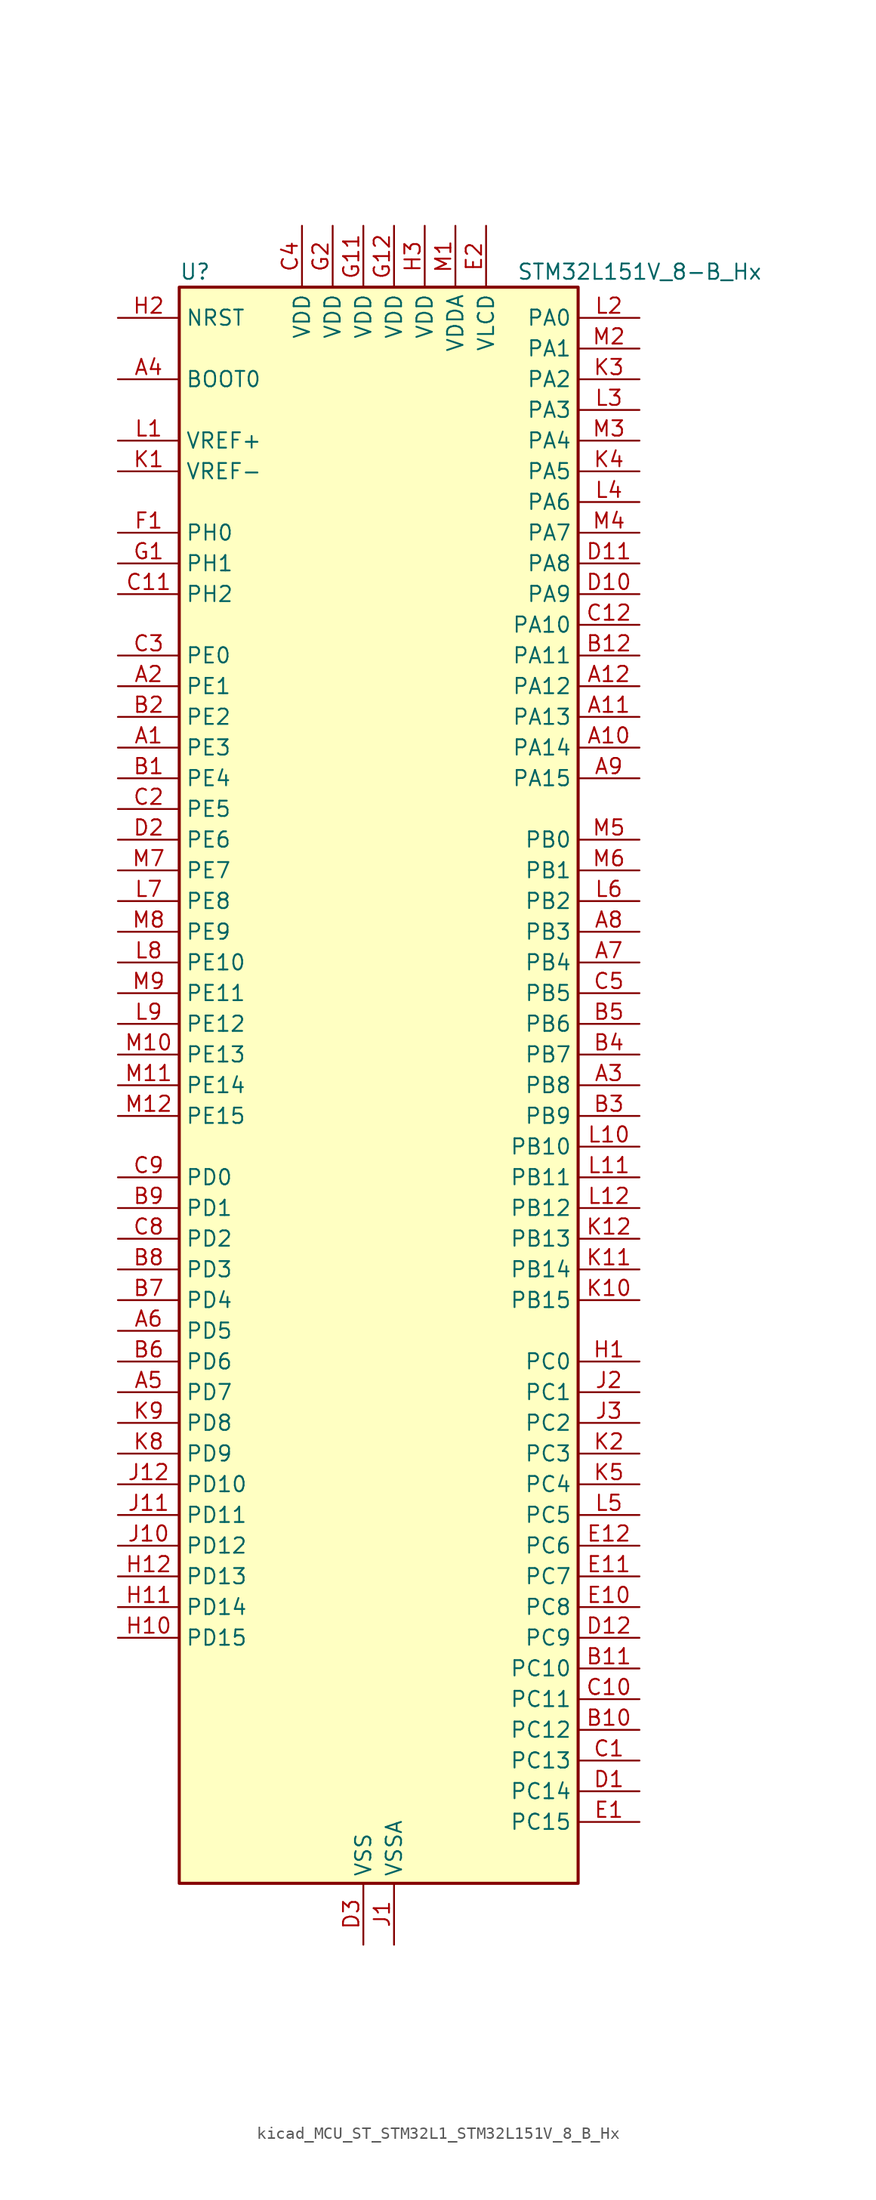
<source format=kicad_sym>
(kicad_symbol_lib
  (version 20220914)
  (generator kicad_symbol_editor)
  (symbol "kicad_MCU_ST_STM32L1_STM32L151V_8_B_Hx"
    (property "Reference" "U"
      (at -15.24 67.31 0)
      (effects (font (size 1.27 1.27)) (justify left)))
    (property "Value" "STM32L151V_8-B_Hx"
      (at 12.7 67.31 0)
      (effects (font (size 1.27 1.27)) (justify left)))
    (property "ki_locked" ""
      (at 0 0 0)
      (effects (font (size 1.27 1.27))))
    (symbol "kicad_MCU_ST_STM32L1_STM32L151V_8_B_Hx_0_1"
      (rectangle (start -15.24 -66.04) (end 17.78 66.04) (stroke (width 0.254) (type default)) (fill (type background))))
    (symbol "kicad_MCU_ST_STM32L1_STM32L151V_8_B_Hx_1_1"
      (pin bidirectional line (at -20.32 27.94 0) (length 5.08) (name "PE3" (effects (font (size 1.27 1.27)))) (number "A1" (effects (font (size 1.27 1.27)))) (alternate "SYS_TRACED0" bidirectional line) (alternate "TIM3_CH1" bidirectional line) (alternate "TIMX_IC4" bidirectional line))
      (pin bidirectional line (at 22.86 27.94 180) (length 5.08) (name "PA14" (effects (font (size 1.27 1.27)))) (number "A10" (effects (font (size 1.27 1.27)))) (alternate "SYS_JTCK-SWCLK" bidirectional line) (alternate "TIMX_IC3" bidirectional line) (alternate "TS_G5_IO2" bidirectional line))
      (pin bidirectional line (at 22.86 30.48 180) (length 5.08) (name "PA13" (effects (font (size 1.27 1.27)))) (number "A11" (effects (font (size 1.27 1.27)))) (alternate "SYS_JTMS-SWDIO" bidirectional line) (alternate "TIMX_IC2" bidirectional line) (alternate "TS_G5_IO1" bidirectional line))
      (pin bidirectional line (at 22.86 33.02 180) (length 5.08) (name "PA12" (effects (font (size 1.27 1.27)))) (number "A12" (effects (font (size 1.27 1.27)))) (alternate "SPI1_MOSI" bidirectional line) (alternate "TIMX_IC1" bidirectional line) (alternate "USART1_RTS" bidirectional line) (alternate "USB_DP" bidirectional line))
      (pin bidirectional line (at -20.32 33.02 0) (length 5.08) (name "PE1" (effects (font (size 1.27 1.27)))) (number "A2" (effects (font (size 1.27 1.27)))) (alternate "TIM11_CH1" bidirectional line) (alternate "TIMX_IC2" bidirectional line))
      (pin bidirectional line (at 22.86 0 180) (length 5.08) (name "PB8" (effects (font (size 1.27 1.27)))) (number "A3" (effects (font (size 1.27 1.27)))) (alternate "I2C1_SCL" bidirectional line) (alternate "TIM10_CH1" bidirectional line) (alternate "TIM4_CH3" bidirectional line))
      (pin input line (at -20.32 58.42 0) (length 5.08) (name "BOOT0" (effects (font (size 1.27 1.27)))) (number "A4" (effects (font (size 1.27 1.27)))))
      (pin bidirectional line (at -20.32 -25.4 0) (length 5.08) (name "PD7" (effects (font (size 1.27 1.27)))) (number "A5" (effects (font (size 1.27 1.27)))) (alternate "TIM9_CH2" bidirectional line) (alternate "TIMX_IC4" bidirectional line) (alternate "USART2_CK" bidirectional line))
      (pin bidirectional line (at -20.32 -20.32 0) (length 5.08) (name "PD5" (effects (font (size 1.27 1.27)))) (number "A6" (effects (font (size 1.27 1.27)))) (alternate "TIMX_IC2" bidirectional line) (alternate "USART2_TX" bidirectional line))
      (pin bidirectional line (at 22.86 10.16 180) (length 5.08) (name "PB4" (effects (font (size 1.27 1.27)))) (number "A7" (effects (font (size 1.27 1.27)))) (alternate "COMP2_INP" bidirectional line) (alternate "SPI1_MISO" bidirectional line) (alternate "SYS_JTRST" bidirectional line) (alternate "TIM3_CH1" bidirectional line) (alternate "TS_G6_IO1" bidirectional line))
      (pin bidirectional line (at 22.86 12.7 180) (length 5.08) (name "PB3" (effects (font (size 1.27 1.27)))) (number "A8" (effects (font (size 1.27 1.27)))) (alternate "COMP2_INM" bidirectional line) (alternate "SPI1_SCK" bidirectional line) (alternate "SYS_JTDO-TRACESWO" bidirectional line) (alternate "TIM2_CH2" bidirectional line))
      (pin bidirectional line (at 22.86 25.4 180) (length 5.08) (name "PA15" (effects (font (size 1.27 1.27)))) (number "A9" (effects (font (size 1.27 1.27)))) (alternate "ADC_EXTI15" bidirectional line) (alternate "SPI1_NSS" bidirectional line) (alternate "SYS_JTDI" bidirectional line) (alternate "TIM2_CH1" bidirectional line) (alternate "TIM2_ETR" bidirectional line) (alternate "TIMX_IC4" bidirectional line) (alternate "TS_G5_IO3" bidirectional line))
      (pin bidirectional line (at -20.32 25.4 0) (length 5.08) (name "PE4" (effects (font (size 1.27 1.27)))) (number "B1" (effects (font (size 1.27 1.27)))) (alternate "SYS_TRACED1" bidirectional line) (alternate "TIM3_CH2" bidirectional line) (alternate "TIMX_IC1" bidirectional line))
      (pin bidirectional line (at 22.86 -53.34 180) (length 5.08) (name "PC12" (effects (font (size 1.27 1.27)))) (number "B10" (effects (font (size 1.27 1.27)))) (alternate "TIMX_IC1" bidirectional line) (alternate "USART3_CK" bidirectional line))
      (pin bidirectional line (at 22.86 -48.26 180) (length 5.08) (name "PC10" (effects (font (size 1.27 1.27)))) (number "B11" (effects (font (size 1.27 1.27)))) (alternate "TIMX_IC3" bidirectional line) (alternate "USART3_TX" bidirectional line))
      (pin bidirectional line (at 22.86 35.56 180) (length 5.08) (name "PA11" (effects (font (size 1.27 1.27)))) (number "B12" (effects (font (size 1.27 1.27)))) (alternate "ADC_EXTI11" bidirectional line) (alternate "SPI1_MISO" bidirectional line) (alternate "TIMX_IC4" bidirectional line) (alternate "USART1_CTS" bidirectional line) (alternate "USB_DM" bidirectional line))
      (pin bidirectional line (at -20.32 30.48 0) (length 5.08) (name "PE2" (effects (font (size 1.27 1.27)))) (number "B2" (effects (font (size 1.27 1.27)))) (alternate "SYS_TRACECK" bidirectional line) (alternate "TIM3_ETR" bidirectional line) (alternate "TIMX_IC3" bidirectional line))
      (pin bidirectional line (at 22.86 -2.54 180) (length 5.08) (name "PB9" (effects (font (size 1.27 1.27)))) (number "B3" (effects (font (size 1.27 1.27)))) (alternate "DAC_EXTI9" bidirectional line) (alternate "I2C1_SDA" bidirectional line) (alternate "TIM11_CH1" bidirectional line) (alternate "TIM4_CH4" bidirectional line))
      (pin bidirectional line (at 22.86 2.54 180) (length 5.08) (name "PB7" (effects (font (size 1.27 1.27)))) (number "B4" (effects (font (size 1.27 1.27)))) (alternate "I2C1_SDA" bidirectional line) (alternate "SYS_PVD_IN" bidirectional line) (alternate "TIM4_CH2" bidirectional line) (alternate "USART1_RX" bidirectional line))
      (pin bidirectional line (at 22.86 5.08 180) (length 5.08) (name "PB6" (effects (font (size 1.27 1.27)))) (number "B5" (effects (font (size 1.27 1.27)))) (alternate "I2C1_SCL" bidirectional line) (alternate "TIM4_CH1" bidirectional line) (alternate "USART1_TX" bidirectional line))
      (pin bidirectional line (at -20.32 -22.86 0) (length 5.08) (name "PD6" (effects (font (size 1.27 1.27)))) (number "B6" (effects (font (size 1.27 1.27)))) (alternate "TIMX_IC3" bidirectional line) (alternate "USART2_RX" bidirectional line))
      (pin bidirectional line (at -20.32 -17.78 0) (length 5.08) (name "PD4" (effects (font (size 1.27 1.27)))) (number "B7" (effects (font (size 1.27 1.27)))) (alternate "SPI2_MOSI" bidirectional line) (alternate "TIMX_IC1" bidirectional line) (alternate "USART2_RTS" bidirectional line))
      (pin bidirectional line (at -20.32 -15.24 0) (length 5.08) (name "PD3" (effects (font (size 1.27 1.27)))) (number "B8" (effects (font (size 1.27 1.27)))) (alternate "SPI2_MISO" bidirectional line) (alternate "TIMX_IC4" bidirectional line) (alternate "USART2_CTS" bidirectional line))
      (pin bidirectional line (at -20.32 -10.16 0) (length 5.08) (name "PD1" (effects (font (size 1.27 1.27)))) (number "B9" (effects (font (size 1.27 1.27)))) (alternate "SPI2_SCK" bidirectional line) (alternate "TIMX_IC2" bidirectional line))
      (pin bidirectional line (at 22.86 -55.88 180) (length 5.08) (name "PC13" (effects (font (size 1.27 1.27)))) (number "C1" (effects (font (size 1.27 1.27)))) (alternate "RTC_OUT_ALARM" bidirectional line) (alternate "RTC_OUT_CALIB" bidirectional line) (alternate "RTC_TAMP1" bidirectional line) (alternate "RTC_TS" bidirectional line) (alternate "SYS_WKUP2" bidirectional line) (alternate "TIMX_IC2" bidirectional line))
      (pin bidirectional line (at 22.86 -50.8 180) (length 5.08) (name "PC11" (effects (font (size 1.27 1.27)))) (number "C10" (effects (font (size 1.27 1.27)))) (alternate "ADC_EXTI11" bidirectional line) (alternate "TIMX_IC4" bidirectional line) (alternate "USART3_RX" bidirectional line))
      (pin bidirectional line (at -20.32 40.64 0) (length 5.08) (name "PH2" (effects (font (size 1.27 1.27)))) (number "C11" (effects (font (size 1.27 1.27)))))
      (pin bidirectional line (at 22.86 38.1 180) (length 5.08) (name "PA10" (effects (font (size 1.27 1.27)))) (number "C12" (effects (font (size 1.27 1.27)))) (alternate "TIMX_IC3" bidirectional line) (alternate "TS_G4_IO3" bidirectional line) (alternate "USART1_RX" bidirectional line))
      (pin bidirectional line (at -20.32 22.86 0) (length 5.08) (name "PE5" (effects (font (size 1.27 1.27)))) (number "C2" (effects (font (size 1.27 1.27)))) (alternate "SYS_TRACED2" bidirectional line) (alternate "TIM9_CH1" bidirectional line) (alternate "TIMX_IC2" bidirectional line))
      (pin bidirectional line (at -20.32 35.56 0) (length 5.08) (name "PE0" (effects (font (size 1.27 1.27)))) (number "C3" (effects (font (size 1.27 1.27)))) (alternate "TIM10_CH1" bidirectional line) (alternate "TIM4_ETR" bidirectional line) (alternate "TIMX_IC1" bidirectional line))
      (pin power_in line (at -5.08 71.12 270) (length 5.08) (name "VDD" (effects (font (size 1.27 1.27)))) (number "C4" (effects (font (size 1.27 1.27)))))
      (pin bidirectional line (at 22.86 7.62 180) (length 5.08) (name "PB5" (effects (font (size 1.27 1.27)))) (number "C5" (effects (font (size 1.27 1.27)))) (alternate "COMP2_INP" bidirectional line) (alternate "I2C1_SMBA" bidirectional line) (alternate "SPI1_MOSI" bidirectional line) (alternate "TIM3_CH2" bidirectional line) (alternate "TS_G6_IO2" bidirectional line))
      (pin bidirectional line (at -20.32 -12.7 0) (length 5.08) (name "PD2" (effects (font (size 1.27 1.27)))) (number "C8" (effects (font (size 1.27 1.27)))) (alternate "TIM3_ETR" bidirectional line) (alternate "TIMX_IC3" bidirectional line))
      (pin bidirectional line (at -20.32 -7.62 0) (length 5.08) (name "PD0" (effects (font (size 1.27 1.27)))) (number "C9" (effects (font (size 1.27 1.27)))) (alternate "SPI2_NSS" bidirectional line) (alternate "TIM9_CH1" bidirectional line) (alternate "TIMX_IC1" bidirectional line))
      (pin bidirectional line (at 22.86 -58.42 180) (length 5.08) (name "PC14" (effects (font (size 1.27 1.27)))) (number "D1" (effects (font (size 1.27 1.27)))) (alternate "RCC_OSC32_IN" bidirectional line) (alternate "TIMX_IC3" bidirectional line))
      (pin bidirectional line (at 22.86 40.64 180) (length 5.08) (name "PA9" (effects (font (size 1.27 1.27)))) (number "D10" (effects (font (size 1.27 1.27)))) (alternate "DAC_EXTI9" bidirectional line) (alternate "TIMX_IC2" bidirectional line) (alternate "TS_G4_IO2" bidirectional line) (alternate "USART1_TX" bidirectional line))
      (pin bidirectional line (at 22.86 43.18 180) (length 5.08) (name "PA8" (effects (font (size 1.27 1.27)))) (number "D11" (effects (font (size 1.27 1.27)))) (alternate "RCC_MCO" bidirectional line) (alternate "TIMX_IC1" bidirectional line) (alternate "TS_G4_IO1" bidirectional line) (alternate "USART1_CK" bidirectional line))
      (pin bidirectional line (at 22.86 -45.72 180) (length 5.08) (name "PC9" (effects (font (size 1.27 1.27)))) (number "D12" (effects (font (size 1.27 1.27)))) (alternate "DAC_EXTI9" bidirectional line) (alternate "TIM3_CH4" bidirectional line) (alternate "TIMX_IC2" bidirectional line) (alternate "TS_G10_IO4" bidirectional line))
      (pin bidirectional line (at -20.32 20.32 0) (length 5.08) (name "PE6" (effects (font (size 1.27 1.27)))) (number "D2" (effects (font (size 1.27 1.27)))) (alternate "SYS_TRACED3" bidirectional line) (alternate "SYS_WKUP3" bidirectional line) (alternate "TIM9_CH2" bidirectional line) (alternate "TIMX_IC3" bidirectional line))
      (pin power_in line (at 0 -71.12 90) (length 5.08) (name "VSS" (effects (font (size 1.27 1.27)))) (number "D3" (effects (font (size 1.27 1.27)))))
      (pin bidirectional line (at 22.86 -60.96 180) (length 5.08) (name "PC15" (effects (font (size 1.27 1.27)))) (number "E1" (effects (font (size 1.27 1.27)))) (alternate "ADC_EXTI15" bidirectional line) (alternate "RCC_OSC32_OUT" bidirectional line) (alternate "TIMX_IC4" bidirectional line))
      (pin bidirectional line (at 22.86 -43.18 180) (length 5.08) (name "PC8" (effects (font (size 1.27 1.27)))) (number "E10" (effects (font (size 1.27 1.27)))) (alternate "TIM3_CH3" bidirectional line) (alternate "TIMX_IC1" bidirectional line) (alternate "TS_G10_IO3" bidirectional line))
      (pin bidirectional line (at 22.86 -40.64 180) (length 5.08) (name "PC7" (effects (font (size 1.27 1.27)))) (number "E11" (effects (font (size 1.27 1.27)))) (alternate "TIM3_CH2" bidirectional line) (alternate "TIMX_IC4" bidirectional line) (alternate "TS_G10_IO2" bidirectional line))
      (pin bidirectional line (at 22.86 -38.1 180) (length 5.08) (name "PC6" (effects (font (size 1.27 1.27)))) (number "E12" (effects (font (size 1.27 1.27)))) (alternate "TIM3_CH1" bidirectional line) (alternate "TIMX_IC3" bidirectional line) (alternate "TS_G10_IO1" bidirectional line))
      (pin power_in line (at 10.16 71.12 270) (length 5.08) (name "VLCD" (effects (font (size 1.27 1.27)))) (number "E2" (effects (font (size 1.27 1.27)))))
      (pin passive line (at 0 -71.12 90) (length 5.08) hide (name "VSS" (effects (font (size 1.27 1.27)))) (number "E3" (effects (font (size 1.27 1.27)))))
      (pin bidirectional line (at -20.32 45.72 0) (length 5.08) (name "PH0" (effects (font (size 1.27 1.27)))) (number "F1" (effects (font (size 1.27 1.27)))) (alternate "RCC_OSC_IN" bidirectional line))
      (pin passive line (at 0 -71.12 90) (length 5.08) hide (name "VSS" (effects (font (size 1.27 1.27)))) (number "F11" (effects (font (size 1.27 1.27)))))
      (pin passive line (at 0 -71.12 90) (length 5.08) hide (name "VSS" (effects (font (size 1.27 1.27)))) (number "F12" (effects (font (size 1.27 1.27)))))
      (pin passive line (at 0 -71.12 90) (length 5.08) hide (name "VSS" (effects (font (size 1.27 1.27)))) (number "F2" (effects (font (size 1.27 1.27)))))
      (pin bidirectional line (at -20.32 43.18 0) (length 5.08) (name "PH1" (effects (font (size 1.27 1.27)))) (number "G1" (effects (font (size 1.27 1.27)))) (alternate "RCC_OSC_OUT" bidirectional line))
      (pin power_in line (at 0 71.12 270) (length 5.08) (name "VDD" (effects (font (size 1.27 1.27)))) (number "G11" (effects (font (size 1.27 1.27)))))
      (pin power_in line (at 2.54 71.12 270) (length 5.08) (name "VDD" (effects (font (size 1.27 1.27)))) (number "G12" (effects (font (size 1.27 1.27)))))
      (pin power_in line (at -2.54 71.12 270) (length 5.08) (name "VDD" (effects (font (size 1.27 1.27)))) (number "G2" (effects (font (size 1.27 1.27)))))
      (pin bidirectional line (at 22.86 -22.86 180) (length 5.08) (name "PC0" (effects (font (size 1.27 1.27)))) (number "H1" (effects (font (size 1.27 1.27)))) (alternate "ADC_IN10" bidirectional line) (alternate "COMP1_INP" bidirectional line) (alternate "TIMX_IC1" bidirectional line) (alternate "TS_G8_IO1" bidirectional line))
      (pin bidirectional line (at -20.32 -45.72 0) (length 5.08) (name "PD15" (effects (font (size 1.27 1.27)))) (number "H10" (effects (font (size 1.27 1.27)))) (alternate "ADC_EXTI15" bidirectional line) (alternate "TIM4_CH4" bidirectional line) (alternate "TIMX_IC4" bidirectional line))
      (pin bidirectional line (at -20.32 -43.18 0) (length 5.08) (name "PD14" (effects (font (size 1.27 1.27)))) (number "H11" (effects (font (size 1.27 1.27)))) (alternate "TIM4_CH3" bidirectional line) (alternate "TIMX_IC3" bidirectional line))
      (pin bidirectional line (at -20.32 -40.64 0) (length 5.08) (name "PD13" (effects (font (size 1.27 1.27)))) (number "H12" (effects (font (size 1.27 1.27)))) (alternate "TIM4_CH2" bidirectional line) (alternate "TIMX_IC2" bidirectional line))
      (pin input line (at -20.32 63.5 0) (length 5.08) (name "NRST" (effects (font (size 1.27 1.27)))) (number "H2" (effects (font (size 1.27 1.27)))))
      (pin power_in line (at 5.08 71.12 270) (length 5.08) (name "VDD" (effects (font (size 1.27 1.27)))) (number "H3" (effects (font (size 1.27 1.27)))))
      (pin power_in line (at 2.54 -71.12 90) (length 5.08) (name "VSSA" (effects (font (size 1.27 1.27)))) (number "J1" (effects (font (size 1.27 1.27)))))
      (pin bidirectional line (at -20.32 -38.1 0) (length 5.08) (name "PD12" (effects (font (size 1.27 1.27)))) (number "J10" (effects (font (size 1.27 1.27)))) (alternate "TIM4_CH1" bidirectional line) (alternate "TIMX_IC1" bidirectional line) (alternate "USART3_RTS" bidirectional line))
      (pin bidirectional line (at -20.32 -35.56 0) (length 5.08) (name "PD11" (effects (font (size 1.27 1.27)))) (number "J11" (effects (font (size 1.27 1.27)))) (alternate "ADC_EXTI11" bidirectional line) (alternate "TIMX_IC4" bidirectional line) (alternate "USART3_CTS" bidirectional line))
      (pin bidirectional line (at -20.32 -33.02 0) (length 5.08) (name "PD10" (effects (font (size 1.27 1.27)))) (number "J12" (effects (font (size 1.27 1.27)))) (alternate "TIMX_IC3" bidirectional line) (alternate "USART3_CK" bidirectional line))
      (pin bidirectional line (at 22.86 -25.4 180) (length 5.08) (name "PC1" (effects (font (size 1.27 1.27)))) (number "J2" (effects (font (size 1.27 1.27)))) (alternate "ADC_IN11" bidirectional line) (alternate "COMP1_INP" bidirectional line) (alternate "TIMX_IC2" bidirectional line) (alternate "TS_G8_IO2" bidirectional line))
      (pin bidirectional line (at 22.86 -27.94 180) (length 5.08) (name "PC2" (effects (font (size 1.27 1.27)))) (number "J3" (effects (font (size 1.27 1.27)))) (alternate "ADC_IN12" bidirectional line) (alternate "COMP1_INP" bidirectional line) (alternate "TIMX_IC3" bidirectional line) (alternate "TS_G8_IO3" bidirectional line))
      (pin input line (at -20.32 50.8 0) (length 5.08) (name "VREF-" (effects (font (size 1.27 1.27)))) (number "K1" (effects (font (size 1.27 1.27)))))
      (pin bidirectional line (at 22.86 -17.78 180) (length 5.08) (name "PB15" (effects (font (size 1.27 1.27)))) (number "K10" (effects (font (size 1.27 1.27)))) (alternate "ADC_EXTI15" bidirectional line) (alternate "ADC_IN21" bidirectional line) (alternate "COMP1_INP" bidirectional line) (alternate "RTC_REFIN" bidirectional line) (alternate "SPI2_MOSI" bidirectional line) (alternate "TIM11_CH1" bidirectional line) (alternate "TS_G7_IO4" bidirectional line))
      (pin bidirectional line (at 22.86 -15.24 180) (length 5.08) (name "PB14" (effects (font (size 1.27 1.27)))) (number "K11" (effects (font (size 1.27 1.27)))) (alternate "ADC_IN20" bidirectional line) (alternate "COMP1_INP" bidirectional line) (alternate "SPI2_MISO" bidirectional line) (alternate "TIM9_CH2" bidirectional line) (alternate "TS_G7_IO3" bidirectional line) (alternate "USART3_RTS" bidirectional line))
      (pin bidirectional line (at 22.86 -12.7 180) (length 5.08) (name "PB13" (effects (font (size 1.27 1.27)))) (number "K12" (effects (font (size 1.27 1.27)))) (alternate "ADC_IN19" bidirectional line) (alternate "COMP1_INP" bidirectional line) (alternate "SPI2_SCK" bidirectional line) (alternate "TIM9_CH1" bidirectional line) (alternate "TS_G7_IO2" bidirectional line) (alternate "USART3_CTS" bidirectional line))
      (pin bidirectional line (at 22.86 -30.48 180) (length 5.08) (name "PC3" (effects (font (size 1.27 1.27)))) (number "K2" (effects (font (size 1.27 1.27)))) (alternate "ADC_IN13" bidirectional line) (alternate "COMP1_INP" bidirectional line) (alternate "TIMX_IC4" bidirectional line) (alternate "TS_G8_IO4" bidirectional line))
      (pin bidirectional line (at 22.86 58.42 180) (length 5.08) (name "PA2" (effects (font (size 1.27 1.27)))) (number "K3" (effects (font (size 1.27 1.27)))) (alternate "ADC_IN2" bidirectional line) (alternate "COMP1_INP" bidirectional line) (alternate "TIM2_CH3" bidirectional line) (alternate "TIM9_CH1" bidirectional line) (alternate "TIMX_IC3" bidirectional line) (alternate "TS_G1_IO3" bidirectional line) (alternate "USART2_TX" bidirectional line))
      (pin bidirectional line (at 22.86 50.8 180) (length 5.08) (name "PA5" (effects (font (size 1.27 1.27)))) (number "K4" (effects (font (size 1.27 1.27)))) (alternate "ADC_IN5" bidirectional line) (alternate "COMP1_INP" bidirectional line) (alternate "DAC_OUT2" bidirectional line) (alternate "SPI1_SCK" bidirectional line) (alternate "TIM2_CH1" bidirectional line) (alternate "TIM2_ETR" bidirectional line) (alternate "TIMX_IC2" bidirectional line))
      (pin bidirectional line (at 22.86 -33.02 180) (length 5.08) (name "PC4" (effects (font (size 1.27 1.27)))) (number "K5" (effects (font (size 1.27 1.27)))) (alternate "ADC_IN14" bidirectional line) (alternate "COMP1_INP" bidirectional line) (alternate "TIMX_IC1" bidirectional line) (alternate "TS_G9_IO1" bidirectional line))
      (pin bidirectional line (at -20.32 -30.48 0) (length 5.08) (name "PD9" (effects (font (size 1.27 1.27)))) (number "K8" (effects (font (size 1.27 1.27)))) (alternate "DAC_EXTI9" bidirectional line) (alternate "TIMX_IC2" bidirectional line) (alternate "USART3_RX" bidirectional line))
      (pin bidirectional line (at -20.32 -27.94 0) (length 5.08) (name "PD8" (effects (font (size 1.27 1.27)))) (number "K9" (effects (font (size 1.27 1.27)))) (alternate "TIMX_IC1" bidirectional line) (alternate "USART3_TX" bidirectional line))
      (pin input line (at -20.32 53.34 0) (length 5.08) (name "VREF+" (effects (font (size 1.27 1.27)))) (number "L1" (effects (font (size 1.27 1.27)))))
      (pin bidirectional line (at 22.86 -5.08 180) (length 5.08) (name "PB10" (effects (font (size 1.27 1.27)))) (number "L10" (effects (font (size 1.27 1.27)))) (alternate "I2C2_SCL" bidirectional line) (alternate "TIM2_CH3" bidirectional line) (alternate "USART3_TX" bidirectional line))
      (pin bidirectional line (at 22.86 -7.62 180) (length 5.08) (name "PB11" (effects (font (size 1.27 1.27)))) (number "L11" (effects (font (size 1.27 1.27)))) (alternate "ADC_EXTI11" bidirectional line) (alternate "I2C2_SDA" bidirectional line) (alternate "TIM2_CH4" bidirectional line) (alternate "USART3_RX" bidirectional line))
      (pin bidirectional line (at 22.86 -10.16 180) (length 5.08) (name "PB12" (effects (font (size 1.27 1.27)))) (number "L12" (effects (font (size 1.27 1.27)))) (alternate "ADC_IN18" bidirectional line) (alternate "COMP1_INP" bidirectional line) (alternate "I2C2_SMBA" bidirectional line) (alternate "SPI2_NSS" bidirectional line) (alternate "TIM10_CH1" bidirectional line) (alternate "TS_G7_IO1" bidirectional line) (alternate "USART3_CK" bidirectional line))
      (pin bidirectional line (at 22.86 63.5 180) (length 5.08) (name "PA0" (effects (font (size 1.27 1.27)))) (number "L2" (effects (font (size 1.27 1.27)))) (alternate "ADC_IN0" bidirectional line) (alternate "COMP1_INP" bidirectional line) (alternate "SYS_WKUP1" bidirectional line) (alternate "TIM2_CH1" bidirectional line) (alternate "TIM2_ETR" bidirectional line) (alternate "TIMX_IC1" bidirectional line) (alternate "TS_G1_IO1" bidirectional line) (alternate "USART2_CTS" bidirectional line))
      (pin bidirectional line (at 22.86 55.88 180) (length 5.08) (name "PA3" (effects (font (size 1.27 1.27)))) (number "L3" (effects (font (size 1.27 1.27)))) (alternate "ADC_IN3" bidirectional line) (alternate "COMP1_INP" bidirectional line) (alternate "TIM2_CH4" bidirectional line) (alternate "TIM9_CH2" bidirectional line) (alternate "TIMX_IC4" bidirectional line) (alternate "TS_G1_IO4" bidirectional line) (alternate "USART2_RX" bidirectional line))
      (pin bidirectional line (at 22.86 48.26 180) (length 5.08) (name "PA6" (effects (font (size 1.27 1.27)))) (number "L4" (effects (font (size 1.27 1.27)))) (alternate "ADC_IN6" bidirectional line) (alternate "COMP1_INP" bidirectional line) (alternate "SPI1_MISO" bidirectional line) (alternate "TIM10_CH1" bidirectional line) (alternate "TIM3_CH1" bidirectional line) (alternate "TIMX_IC3" bidirectional line) (alternate "TS_G2_IO1" bidirectional line))
      (pin bidirectional line (at 22.86 -35.56 180) (length 5.08) (name "PC5" (effects (font (size 1.27 1.27)))) (number "L5" (effects (font (size 1.27 1.27)))) (alternate "ADC_IN15" bidirectional line) (alternate "COMP1_INP" bidirectional line) (alternate "TIMX_IC2" bidirectional line) (alternate "TS_G9_IO2" bidirectional line))
      (pin bidirectional line (at 22.86 15.24 180) (length 5.08) (name "PB2" (effects (font (size 1.27 1.27)))) (number "L6" (effects (font (size 1.27 1.27)))))
      (pin bidirectional line (at -20.32 15.24 0) (length 5.08) (name "PE8" (effects (font (size 1.27 1.27)))) (number "L7" (effects (font (size 1.27 1.27)))) (alternate "ADC_IN23" bidirectional line) (alternate "COMP1_INP" bidirectional line) (alternate "TIMX_IC1" bidirectional line))
      (pin bidirectional line (at -20.32 10.16 0) (length 5.08) (name "PE10" (effects (font (size 1.27 1.27)))) (number "L8" (effects (font (size 1.27 1.27)))) (alternate "ADC_IN25" bidirectional line) (alternate "COMP1_INP" bidirectional line) (alternate "TIM2_CH2" bidirectional line) (alternate "TIMX_IC3" bidirectional line))
      (pin bidirectional line (at -20.32 5.08 0) (length 5.08) (name "PE12" (effects (font (size 1.27 1.27)))) (number "L9" (effects (font (size 1.27 1.27)))) (alternate "SPI1_NSS" bidirectional line) (alternate "TIM2_CH4" bidirectional line) (alternate "TIMX_IC1" bidirectional line))
      (pin power_in line (at 7.62 71.12 270) (length 5.08) (name "VDDA" (effects (font (size 1.27 1.27)))) (number "M1" (effects (font (size 1.27 1.27)))))
      (pin bidirectional line (at -20.32 2.54 0) (length 5.08) (name "PE13" (effects (font (size 1.27 1.27)))) (number "M10" (effects (font (size 1.27 1.27)))) (alternate "SPI1_SCK" bidirectional line) (alternate "TIMX_IC2" bidirectional line))
      (pin bidirectional line (at -20.32 0 0) (length 5.08) (name "PE14" (effects (font (size 1.27 1.27)))) (number "M11" (effects (font (size 1.27 1.27)))) (alternate "SPI1_MISO" bidirectional line) (alternate "TIMX_IC3" bidirectional line))
      (pin bidirectional line (at -20.32 -2.54 0) (length 5.08) (name "PE15" (effects (font (size 1.27 1.27)))) (number "M12" (effects (font (size 1.27 1.27)))) (alternate "ADC_EXTI15" bidirectional line) (alternate "SPI1_MOSI" bidirectional line) (alternate "TIMX_IC4" bidirectional line))
      (pin bidirectional line (at 22.86 60.96 180) (length 5.08) (name "PA1" (effects (font (size 1.27 1.27)))) (number "M2" (effects (font (size 1.27 1.27)))) (alternate "ADC_IN1" bidirectional line) (alternate "COMP1_INP" bidirectional line) (alternate "TIM2_CH2" bidirectional line) (alternate "TIMX_IC2" bidirectional line) (alternate "TS_G1_IO2" bidirectional line) (alternate "USART2_RTS" bidirectional line))
      (pin bidirectional line (at 22.86 53.34 180) (length 5.08) (name "PA4" (effects (font (size 1.27 1.27)))) (number "M3" (effects (font (size 1.27 1.27)))) (alternate "ADC_IN4" bidirectional line) (alternate "COMP1_INP" bidirectional line) (alternate "DAC_OUT1" bidirectional line) (alternate "SPI1_NSS" bidirectional line) (alternate "TIMX_IC1" bidirectional line) (alternate "USART2_CK" bidirectional line))
      (pin bidirectional line (at 22.86 45.72 180) (length 5.08) (name "PA7" (effects (font (size 1.27 1.27)))) (number "M4" (effects (font (size 1.27 1.27)))) (alternate "ADC_IN7" bidirectional line) (alternate "COMP1_INP" bidirectional line) (alternate "SPI1_MOSI" bidirectional line) (alternate "TIM11_CH1" bidirectional line) (alternate "TIM3_CH2" bidirectional line) (alternate "TIMX_IC4" bidirectional line) (alternate "TS_G2_IO2" bidirectional line))
      (pin bidirectional line (at 22.86 20.32 180) (length 5.08) (name "PB0" (effects (font (size 1.27 1.27)))) (number "M5" (effects (font (size 1.27 1.27)))) (alternate "ADC_IN8" bidirectional line) (alternate "COMP1_INP" bidirectional line) (alternate "SYS_V_REF_OUT" bidirectional line) (alternate "TIM3_CH3" bidirectional line) (alternate "TS_G3_IO1" bidirectional line))
      (pin bidirectional line (at 22.86 17.78 180) (length 5.08) (name "PB1" (effects (font (size 1.27 1.27)))) (number "M6" (effects (font (size 1.27 1.27)))) (alternate "ADC_IN9" bidirectional line) (alternate "COMP1_INP" bidirectional line) (alternate "SYS_V_REF_OUT" bidirectional line) (alternate "TIM3_CH4" bidirectional line) (alternate "TS_G3_IO2" bidirectional line))
      (pin bidirectional line (at -20.32 17.78 0) (length 5.08) (name "PE7" (effects (font (size 1.27 1.27)))) (number "M7" (effects (font (size 1.27 1.27)))) (alternate "ADC_IN22" bidirectional line) (alternate "COMP1_INP" bidirectional line) (alternate "TIMX_IC4" bidirectional line))
      (pin bidirectional line (at -20.32 12.7 0) (length 5.08) (name "PE9" (effects (font (size 1.27 1.27)))) (number "M8" (effects (font (size 1.27 1.27)))) (alternate "ADC_IN24" bidirectional line) (alternate "COMP1_INP" bidirectional line) (alternate "DAC_EXTI9" bidirectional line) (alternate "TIM2_CH1" bidirectional line) (alternate "TIM2_ETR" bidirectional line) (alternate "TIMX_IC2" bidirectional line))
      (pin bidirectional line (at -20.32 7.62 0) (length 5.08) (name "PE11" (effects (font (size 1.27 1.27)))) (number "M9" (effects (font (size 1.27 1.27)))) (alternate "ADC_EXTI11" bidirectional line) (alternate "TIM2_CH3" bidirectional line) (alternate "TIMX_IC4" bidirectional line)))))
</source>
